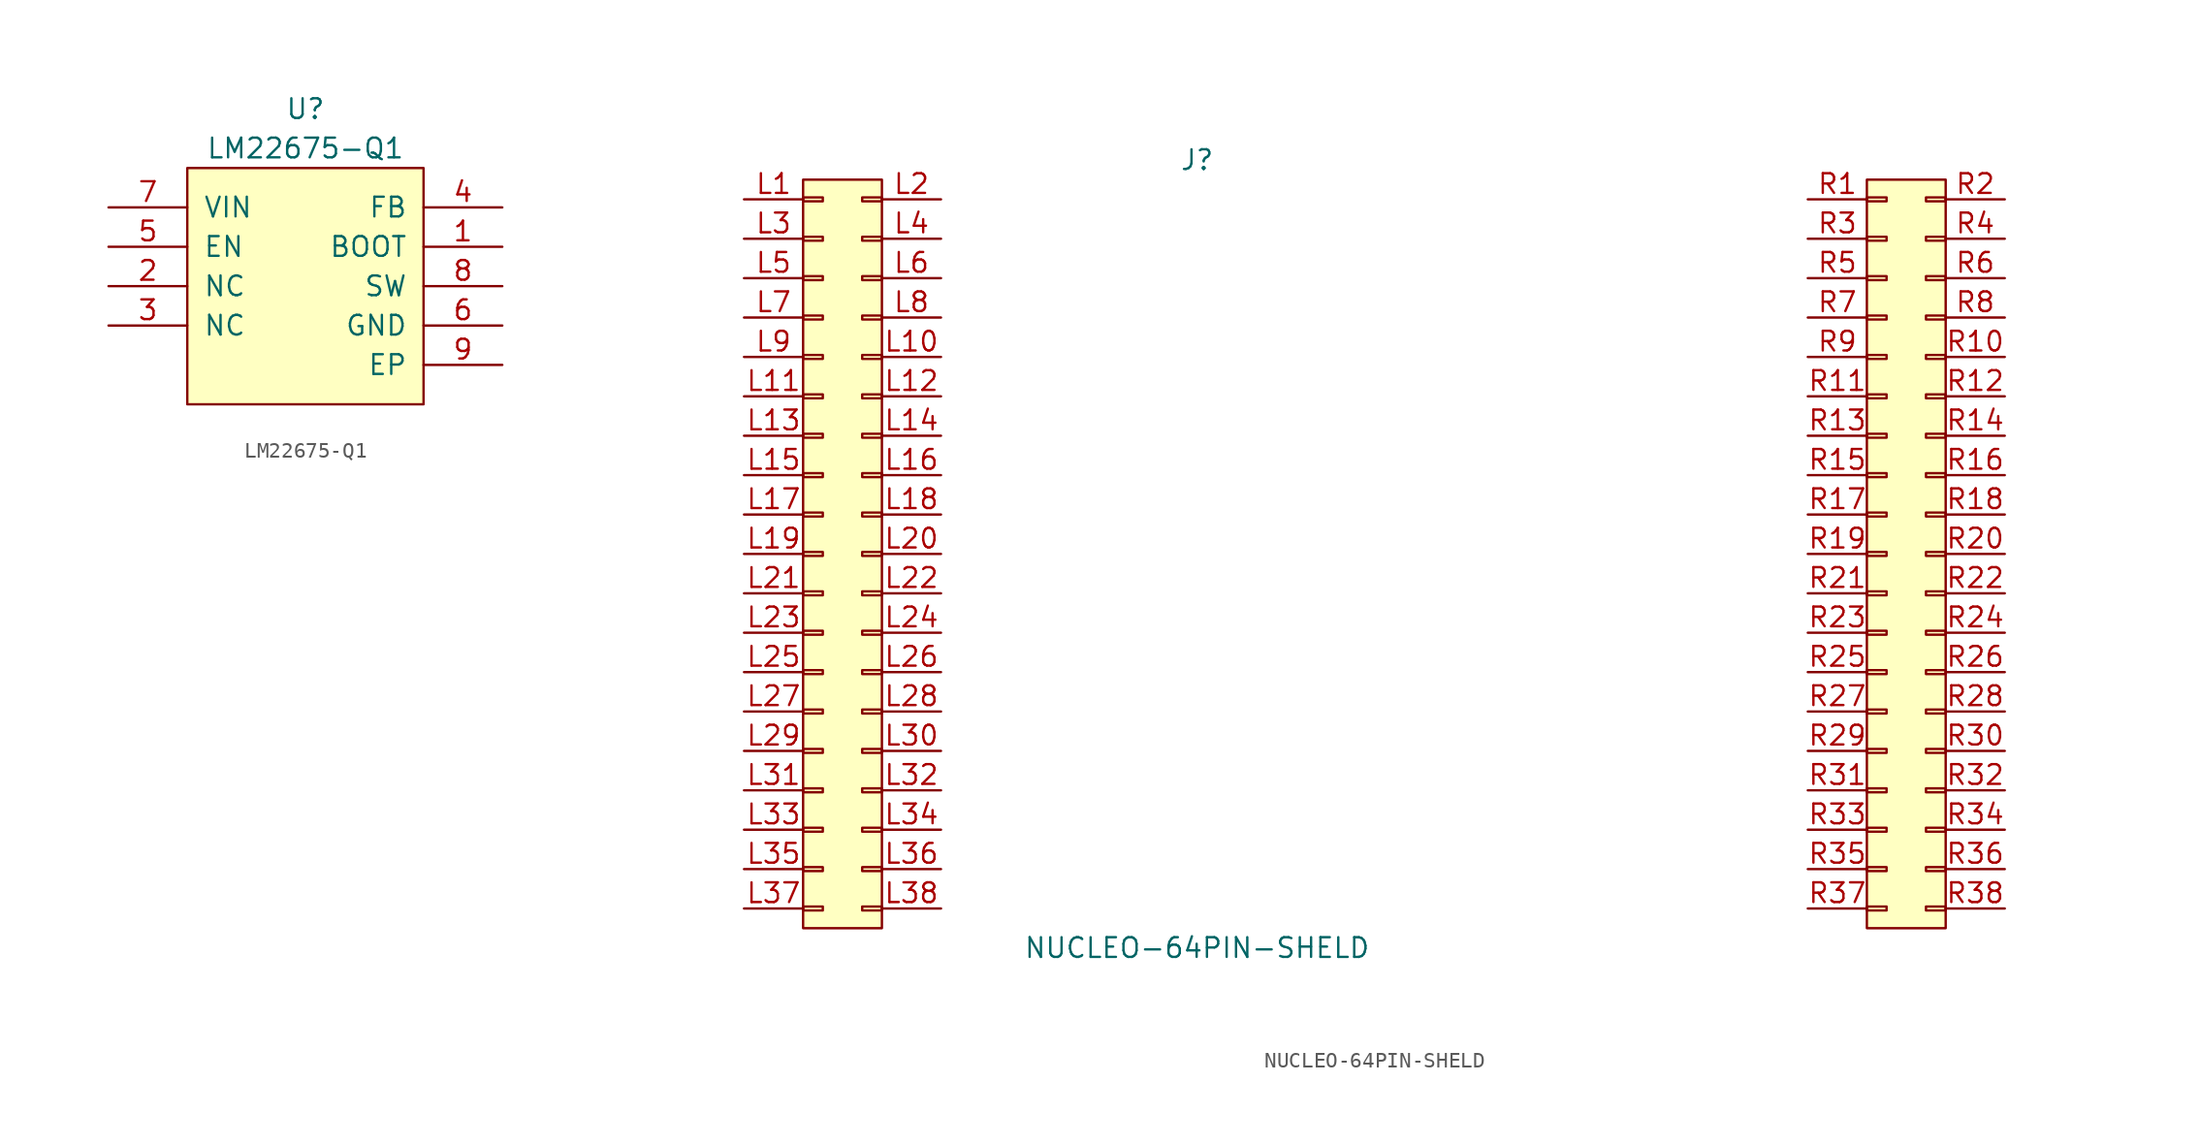
<source format=kicad_sym>
(kicad_symbol_lib
  (version 20220914)
  (generator kicad_symbol_editor)
  (symbol "LM22675-Q1"
    (pin_names
      (offset 1.016))
    (property "Reference" "U"
      (at 0 11.43 0)
      (effects (font (size 1.27 1.27))))
    (property "Value" "LM22675-Q1"
      (at 0 8.89 0)
      (effects (font (size 1.27 1.27))))
    (symbol "LM22675-Q1_0_1"
      (rectangle (start -7.62 -7.62) (end 7.62 7.62) (stroke (width 0) (type solid)) (fill (type background))))
    (symbol "LM22675-Q1_1_1"
      (pin input line (at 12.7 2.54 180) (length 5.08) (name "BOOT" (effects (font (size 1.27 1.27)))) (number "1" (effects (font (size 1.27 1.27)))))
      (pin input line (at -12.7 0 0) (length 5.08) (name "NC" (effects (font (size 1.27 1.27)))) (number "2" (effects (font (size 1.27 1.27)))))
      (pin input line (at -12.7 -2.54 0) (length 5.08) (name "NC" (effects (font (size 1.27 1.27)))) (number "3" (effects (font (size 1.27 1.27)))))
      (pin input line (at 12.7 5.08 180) (length 5.08) (name "FB" (effects (font (size 1.27 1.27)))) (number "4" (effects (font (size 1.27 1.27)))))
      (pin input line (at -12.7 2.54 0) (length 5.08) (name "EN" (effects (font (size 1.27 1.27)))) (number "5" (effects (font (size 1.27 1.27)))))
      (pin power_in line (at 12.7 -2.54 180) (length 5.08) (name "GND" (effects (font (size 1.27 1.27)))) (number "6" (effects (font (size 1.27 1.27)))))
      (pin power_in line (at -12.7 5.08 0) (length 5.08) (name "VIN" (effects (font (size 1.27 1.27)))) (number "7" (effects (font (size 1.27 1.27)))))
      (pin power_out line (at 12.7 0 180) (length 5.08) (name "SW" (effects (font (size 1.27 1.27)))) (number "8" (effects (font (size 1.27 1.27)))))
      (pin input line (at 12.7 -5.08 180) (length 5.08) (name "EP" (effects (font (size 1.27 1.27)))) (number "9" (effects (font (size 1.27 1.27)))))))
  (symbol "NUCLEO-64PIN-SHELD"
    (pin_names
      (offset 1.016) hide)
    (property "Reference" "J"
      (at 0 48.26 0)
      (effects (font (size 1.27 1.27))))
    (property "Value" "NUCLEO-64PIN-SHELD"
      (at 0 -2.54 0)
      (effects (font (size 1.27 1.27))))
    (symbol "NUCLEO-64PIN-SHELD_0_1"
      (rectangle (start -25.4 46.99) (end -20.32 -1.27) (stroke (width 0) (type solid)) (fill (type background)))
      (rectangle (start 43.18 46.99) (end 48.26 -1.27) (stroke (width 0) (type solid)) (fill (type background))))
    (symbol "NUCLEO-64PIN-SHELD_1_1"
      (rectangle (start -25.4 0.127) (end -24.13 -0.127) (stroke (width 0.152) (type solid)) (fill (type none)))
      (rectangle (start -25.4 2.667) (end -24.13 2.413) (stroke (width 0.152) (type solid)) (fill (type none)))
      (rectangle (start -25.4 5.207) (end -24.13 4.953) (stroke (width 0.152) (type solid)) (fill (type none)))
      (rectangle (start -25.4 7.747) (end -24.13 7.493) (stroke (width 0.152) (type solid)) (fill (type none)))
      (rectangle (start -25.4 10.287) (end -24.13 10.033) (stroke (width 0.152) (type solid)) (fill (type none)))
      (rectangle (start -25.4 12.827) (end -24.13 12.573) (stroke (width 0.152) (type solid)) (fill (type none)))
      (rectangle (start -25.4 15.367) (end -24.13 15.113) (stroke (width 0.152) (type solid)) (fill (type none)))
      (rectangle (start -25.4 17.907) (end -24.13 17.653) (stroke (width 0.152) (type solid)) (fill (type none)))
      (rectangle (start -25.4 20.447) (end -24.13 20.193) (stroke (width 0.152) (type solid)) (fill (type none)))
      (rectangle (start -25.4 22.987) (end -24.13 22.733) (stroke (width 0.152) (type solid)) (fill (type none)))
      (rectangle (start -25.4 25.527) (end -24.13 25.273) (stroke (width 0.152) (type solid)) (fill (type none)))
      (rectangle (start -25.4 28.067) (end -24.13 27.813) (stroke (width 0.152) (type solid)) (fill (type none)))
      (rectangle (start -25.4 30.607) (end -24.13 30.353) (stroke (width 0.152) (type solid)) (fill (type none)))
      (rectangle (start -25.4 33.147) (end -24.13 32.893) (stroke (width 0.152) (type solid)) (fill (type none)))
      (rectangle (start -25.4 35.687) (end -24.13 35.433) (stroke (width 0.152) (type solid)) (fill (type none)))
      (rectangle (start -25.4 38.227) (end -24.13 37.973) (stroke (width 0.152) (type solid)) (fill (type none)))
      (rectangle (start -25.4 40.767) (end -24.13 40.513) (stroke (width 0.152) (type solid)) (fill (type none)))
      (rectangle (start -25.4 43.307) (end -24.13 43.053) (stroke (width 0.152) (type solid)) (fill (type none)))
      (rectangle (start -25.4 45.847) (end -24.13 45.593) (stroke (width 0.152) (type solid)) (fill (type none)))
      (rectangle (start -20.32 0.127) (end -21.59 -0.127) (stroke (width 0.152) (type solid)) (fill (type none)))
      (rectangle (start -20.32 2.667) (end -21.59 2.413) (stroke (width 0.152) (type solid)) (fill (type none)))
      (rectangle (start -20.32 5.207) (end -21.59 4.953) (stroke (width 0.152) (type solid)) (fill (type none)))
      (rectangle (start -20.32 7.747) (end -21.59 7.493) (stroke (width 0.152) (type solid)) (fill (type none)))
      (rectangle (start -20.32 10.287) (end -21.59 10.033) (stroke (width 0.152) (type solid)) (fill (type none)))
      (rectangle (start -20.32 12.827) (end -21.59 12.573) (stroke (width 0.152) (type solid)) (fill (type none)))
      (rectangle (start -20.32 15.367) (end -21.59 15.113) (stroke (width 0.152) (type solid)) (fill (type none)))
      (rectangle (start -20.32 17.907) (end -21.59 17.653) (stroke (width 0.152) (type solid)) (fill (type none)))
      (rectangle (start -20.32 20.447) (end -21.59 20.193) (stroke (width 0.152) (type solid)) (fill (type none)))
      (rectangle (start -20.32 22.987) (end -21.59 22.733) (stroke (width 0.152) (type solid)) (fill (type none)))
      (rectangle (start -20.32 25.527) (end -21.59 25.273) (stroke (width 0.152) (type solid)) (fill (type none)))
      (rectangle (start -20.32 28.067) (end -21.59 27.813) (stroke (width 0.152) (type solid)) (fill (type none)))
      (rectangle (start -20.32 30.607) (end -21.59 30.353) (stroke (width 0.152) (type solid)) (fill (type none)))
      (rectangle (start -20.32 33.147) (end -21.59 32.893) (stroke (width 0.152) (type solid)) (fill (type none)))
      (rectangle (start -20.32 35.687) (end -21.59 35.433) (stroke (width 0.152) (type solid)) (fill (type none)))
      (rectangle (start -20.32 38.227) (end -21.59 37.973) (stroke (width 0.152) (type solid)) (fill (type none)))
      (rectangle (start -20.32 40.767) (end -21.59 40.513) (stroke (width 0.152) (type solid)) (fill (type none)))
      (rectangle (start -20.32 43.307) (end -21.59 43.053) (stroke (width 0.152) (type solid)) (fill (type none)))
      (rectangle (start -20.32 45.847) (end -21.59 45.593) (stroke (width 0.152) (type solid)) (fill (type none)))
      (rectangle (start 43.18 0.127) (end 44.45 -0.127) (stroke (width 0.152) (type solid)) (fill (type none)))
      (rectangle (start 43.18 2.667) (end 44.45 2.413) (stroke (width 0.152) (type solid)) (fill (type none)))
      (rectangle (start 43.18 5.207) (end 44.45 4.953) (stroke (width 0.152) (type solid)) (fill (type none)))
      (rectangle (start 43.18 7.747) (end 44.45 7.493) (stroke (width 0.152) (type solid)) (fill (type none)))
      (rectangle (start 43.18 10.287) (end 44.45 10.033) (stroke (width 0.152) (type solid)) (fill (type none)))
      (rectangle (start 43.18 12.827) (end 44.45 12.573) (stroke (width 0.152) (type solid)) (fill (type none)))
      (rectangle (start 43.18 15.367) (end 44.45 15.113) (stroke (width 0.152) (type solid)) (fill (type none)))
      (rectangle (start 43.18 17.907) (end 44.45 17.653) (stroke (width 0.152) (type solid)) (fill (type none)))
      (rectangle (start 43.18 20.447) (end 44.45 20.193) (stroke (width 0.152) (type solid)) (fill (type none)))
      (rectangle (start 43.18 22.987) (end 44.45 22.733) (stroke (width 0.152) (type solid)) (fill (type none)))
      (rectangle (start 43.18 25.527) (end 44.45 25.273) (stroke (width 0.152) (type solid)) (fill (type none)))
      (rectangle (start 43.18 28.067) (end 44.45 27.813) (stroke (width 0.152) (type solid)) (fill (type none)))
      (rectangle (start 43.18 30.607) (end 44.45 30.353) (stroke (width 0.152) (type solid)) (fill (type none)))
      (rectangle (start 43.18 33.147) (end 44.45 32.893) (stroke (width 0.152) (type solid)) (fill (type none)))
      (rectangle (start 43.18 35.687) (end 44.45 35.433) (stroke (width 0.152) (type solid)) (fill (type none)))
      (rectangle (start 43.18 38.227) (end 44.45 37.973) (stroke (width 0.152) (type solid)) (fill (type none)))
      (rectangle (start 43.18 40.767) (end 44.45 40.513) (stroke (width 0.152) (type solid)) (fill (type none)))
      (rectangle (start 43.18 43.307) (end 44.45 43.053) (stroke (width 0.152) (type solid)) (fill (type none)))
      (rectangle (start 43.18 45.847) (end 44.45 45.593) (stroke (width 0.152) (type solid)) (fill (type none)))
      (rectangle (start 48.26 0.127) (end 46.99 -0.127) (stroke (width 0.152) (type solid)) (fill (type none)))
      (rectangle (start 48.26 2.667) (end 46.99 2.413) (stroke (width 0.152) (type solid)) (fill (type none)))
      (rectangle (start 48.26 5.207) (end 46.99 4.953) (stroke (width 0.152) (type solid)) (fill (type none)))
      (rectangle (start 48.26 7.747) (end 46.99 7.493) (stroke (width 0.152) (type solid)) (fill (type none)))
      (rectangle (start 48.26 10.287) (end 46.99 10.033) (stroke (width 0.152) (type solid)) (fill (type none)))
      (rectangle (start 48.26 12.827) (end 46.99 12.573) (stroke (width 0.152) (type solid)) (fill (type none)))
      (rectangle (start 48.26 15.367) (end 46.99 15.113) (stroke (width 0.152) (type solid)) (fill (type none)))
      (rectangle (start 48.26 17.907) (end 46.99 17.653) (stroke (width 0.152) (type solid)) (fill (type none)))
      (rectangle (start 48.26 20.447) (end 46.99 20.193) (stroke (width 0.152) (type solid)) (fill (type none)))
      (rectangle (start 48.26 22.987) (end 46.99 22.733) (stroke (width 0.152) (type solid)) (fill (type none)))
      (rectangle (start 48.26 25.527) (end 46.99 25.273) (stroke (width 0.152) (type solid)) (fill (type none)))
      (rectangle (start 48.26 28.067) (end 46.99 27.813) (stroke (width 0.152) (type solid)) (fill (type none)))
      (rectangle (start 48.26 30.607) (end 46.99 30.353) (stroke (width 0.152) (type solid)) (fill (type none)))
      (rectangle (start 48.26 33.147) (end 46.99 32.893) (stroke (width 0.152) (type solid)) (fill (type none)))
      (rectangle (start 48.26 35.687) (end 46.99 35.433) (stroke (width 0.152) (type solid)) (fill (type none)))
      (rectangle (start 48.26 38.227) (end 46.99 37.973) (stroke (width 0.152) (type solid)) (fill (type none)))
      (rectangle (start 48.26 40.767) (end 46.99 40.513) (stroke (width 0.152) (type solid)) (fill (type none)))
      (rectangle (start 48.26 43.307) (end 46.99 43.053) (stroke (width 0.152) (type solid)) (fill (type none)))
      (rectangle (start 48.26 45.847) (end 46.99 45.593) (stroke (width 0.152) (type solid)) (fill (type none)))
      (pin passive line (at -29.21 45.72 0) (length 3.81) (name "Pin_1" (effects (font (size 1.27 1.27)))) (number "L1" (effects (font (size 1.27 1.27)))))
      (pin passive line (at -16.51 35.56 180) (length 3.81) (name "Pin_10" (effects (font (size 1.27 1.27)))) (number "L10" (effects (font (size 1.27 1.27)))))
      (pin passive line (at -29.21 33.02 0) (length 3.81) (name "Pin_11" (effects (font (size 1.27 1.27)))) (number "L11" (effects (font (size 1.27 1.27)))))
      (pin passive line (at -16.51 33.02 180) (length 3.81) (name "Pin_12" (effects (font (size 1.27 1.27)))) (number "L12" (effects (font (size 1.27 1.27)))))
      (pin passive line (at -29.21 30.48 0) (length 3.81) (name "Pin_13" (effects (font (size 1.27 1.27)))) (number "L13" (effects (font (size 1.27 1.27)))))
      (pin passive line (at -16.51 30.48 180) (length 3.81) (name "Pin_14" (effects (font (size 1.27 1.27)))) (number "L14" (effects (font (size 1.27 1.27)))))
      (pin passive line (at -29.21 27.94 0) (length 3.81) (name "Pin_15" (effects (font (size 1.27 1.27)))) (number "L15" (effects (font (size 1.27 1.27)))))
      (pin passive line (at -16.51 27.94 180) (length 3.81) (name "Pin_16" (effects (font (size 1.27 1.27)))) (number "L16" (effects (font (size 1.27 1.27)))))
      (pin passive line (at -29.21 25.4 0) (length 3.81) (name "Pin_17" (effects (font (size 1.27 1.27)))) (number "L17" (effects (font (size 1.27 1.27)))))
      (pin passive line (at -16.51 25.4 180) (length 3.81) (name "Pin_18" (effects (font (size 1.27 1.27)))) (number "L18" (effects (font (size 1.27 1.27)))))
      (pin passive line (at -29.21 22.86 0) (length 3.81) (name "Pin_19" (effects (font (size 1.27 1.27)))) (number "L19" (effects (font (size 1.27 1.27)))))
      (pin passive line (at -16.51 45.72 180) (length 3.81) (name "Pin_2" (effects (font (size 1.27 1.27)))) (number "L2" (effects (font (size 1.27 1.27)))))
      (pin passive line (at -16.51 22.86 180) (length 3.81) (name "Pin_20" (effects (font (size 1.27 1.27)))) (number "L20" (effects (font (size 1.27 1.27)))))
      (pin passive line (at -29.21 20.32 0) (length 3.81) (name "Pin_21" (effects (font (size 1.27 1.27)))) (number "L21" (effects (font (size 1.27 1.27)))))
      (pin passive line (at -16.51 20.32 180) (length 3.81) (name "Pin_22" (effects (font (size 1.27 1.27)))) (number "L22" (effects (font (size 1.27 1.27)))))
      (pin passive line (at -29.21 17.78 0) (length 3.81) (name "Pin_23" (effects (font (size 1.27 1.27)))) (number "L23" (effects (font (size 1.27 1.27)))))
      (pin passive line (at -16.51 17.78 180) (length 3.81) (name "Pin_24" (effects (font (size 1.27 1.27)))) (number "L24" (effects (font (size 1.27 1.27)))))
      (pin passive line (at -29.21 15.24 0) (length 3.81) (name "Pin_25" (effects (font (size 1.27 1.27)))) (number "L25" (effects (font (size 1.27 1.27)))))
      (pin passive line (at -16.51 15.24 180) (length 3.81) (name "Pin_26" (effects (font (size 1.27 1.27)))) (number "L26" (effects (font (size 1.27 1.27)))))
      (pin passive line (at -29.21 12.7 0) (length 3.81) (name "Pin_27" (effects (font (size 1.27 1.27)))) (number "L27" (effects (font (size 1.27 1.27)))))
      (pin passive line (at -16.51 12.7 180) (length 3.81) (name "Pin_28" (effects (font (size 1.27 1.27)))) (number "L28" (effects (font (size 1.27 1.27)))))
      (pin passive line (at -29.21 10.16 0) (length 3.81) (name "Pin_29" (effects (font (size 1.27 1.27)))) (number "L29" (effects (font (size 1.27 1.27)))))
      (pin passive line (at -29.21 43.18 0) (length 3.81) (name "Pin_3" (effects (font (size 1.27 1.27)))) (number "L3" (effects (font (size 1.27 1.27)))))
      (pin passive line (at -16.51 10.16 180) (length 3.81) (name "Pin_30" (effects (font (size 1.27 1.27)))) (number "L30" (effects (font (size 1.27 1.27)))))
      (pin passive line (at -29.21 7.62 0) (length 3.81) (name "Pin_31" (effects (font (size 1.27 1.27)))) (number "L31" (effects (font (size 1.27 1.27)))))
      (pin passive line (at -16.51 7.62 180) (length 3.81) (name "Pin_32" (effects (font (size 1.27 1.27)))) (number "L32" (effects (font (size 1.27 1.27)))))
      (pin passive line (at -29.21 5.08 0) (length 3.81) (name "Pin_33" (effects (font (size 1.27 1.27)))) (number "L33" (effects (font (size 1.27 1.27)))))
      (pin passive line (at -16.51 5.08 180) (length 3.81) (name "Pin_34" (effects (font (size 1.27 1.27)))) (number "L34" (effects (font (size 1.27 1.27)))))
      (pin passive line (at -29.21 2.54 0) (length 3.81) (name "Pin_35" (effects (font (size 1.27 1.27)))) (number "L35" (effects (font (size 1.27 1.27)))))
      (pin passive line (at -16.51 2.54 180) (length 3.81) (name "Pin_36" (effects (font (size 1.27 1.27)))) (number "L36" (effects (font (size 1.27 1.27)))))
      (pin passive line (at -29.21 0 0) (length 3.81) (name "Pin_35" (effects (font (size 1.27 1.27)))) (number "L37" (effects (font (size 1.27 1.27)))))
      (pin passive line (at -16.51 0 180) (length 3.81) (name "Pin_38" (effects (font (size 1.27 1.27)))) (number "L38" (effects (font (size 1.27 1.27)))))
      (pin passive line (at -16.51 43.18 180) (length 3.81) (name "Pin_4" (effects (font (size 1.27 1.27)))) (number "L4" (effects (font (size 1.27 1.27)))))
      (pin passive line (at -29.21 40.64 0) (length 3.81) (name "Pin_5" (effects (font (size 1.27 1.27)))) (number "L5" (effects (font (size 1.27 1.27)))))
      (pin passive line (at -16.51 40.64 180) (length 3.81) (name "Pin_6" (effects (font (size 1.27 1.27)))) (number "L6" (effects (font (size 1.27 1.27)))))
      (pin passive line (at -29.21 38.1 0) (length 3.81) (name "Pin_7" (effects (font (size 1.27 1.27)))) (number "L7" (effects (font (size 1.27 1.27)))))
      (pin passive line (at -16.51 38.1 180) (length 3.81) (name "Pin_8" (effects (font (size 1.27 1.27)))) (number "L8" (effects (font (size 1.27 1.27)))))
      (pin passive line (at -29.21 35.56 0) (length 3.81) (name "Pin_9" (effects (font (size 1.27 1.27)))) (number "L9" (effects (font (size 1.27 1.27)))))
      (pin passive line (at 39.37 45.72 0) (length 3.81) (name "Pin_1" (effects (font (size 1.27 1.27)))) (number "R1" (effects (font (size 1.27 1.27)))))
      (pin passive line (at 52.07 35.56 180) (length 3.81) (name "Pin_10" (effects (font (size 1.27 1.27)))) (number "R10" (effects (font (size 1.27 1.27)))))
      (pin passive line (at 39.37 33.02 0) (length 3.81) (name "Pin_11" (effects (font (size 1.27 1.27)))) (number "R11" (effects (font (size 1.27 1.27)))))
      (pin passive line (at 52.07 33.02 180) (length 3.81) (name "Pin_12" (effects (font (size 1.27 1.27)))) (number "R12" (effects (font (size 1.27 1.27)))))
      (pin passive line (at 39.37 30.48 0) (length 3.81) (name "Pin_13" (effects (font (size 1.27 1.27)))) (number "R13" (effects (font (size 1.27 1.27)))))
      (pin passive line (at 52.07 30.48 180) (length 3.81) (name "Pin_14" (effects (font (size 1.27 1.27)))) (number "R14" (effects (font (size 1.27 1.27)))))
      (pin passive line (at 39.37 27.94 0) (length 3.81) (name "Pin_15" (effects (font (size 1.27 1.27)))) (number "R15" (effects (font (size 1.27 1.27)))))
      (pin passive line (at 52.07 27.94 180) (length 3.81) (name "Pin_16" (effects (font (size 1.27 1.27)))) (number "R16" (effects (font (size 1.27 1.27)))))
      (pin passive line (at 39.37 25.4 0) (length 3.81) (name "Pin_17" (effects (font (size 1.27 1.27)))) (number "R17" (effects (font (size 1.27 1.27)))))
      (pin passive line (at 52.07 25.4 180) (length 3.81) (name "Pin_18" (effects (font (size 1.27 1.27)))) (number "R18" (effects (font (size 1.27 1.27)))))
      (pin passive line (at 39.37 22.86 0) (length 3.81) (name "Pin_19" (effects (font (size 1.27 1.27)))) (number "R19" (effects (font (size 1.27 1.27)))))
      (pin passive line (at 52.07 45.72 180) (length 3.81) (name "Pin_2" (effects (font (size 1.27 1.27)))) (number "R2" (effects (font (size 1.27 1.27)))))
      (pin passive line (at 52.07 22.86 180) (length 3.81) (name "Pin_20" (effects (font (size 1.27 1.27)))) (number "R20" (effects (font (size 1.27 1.27)))))
      (pin passive line (at 39.37 20.32 0) (length 3.81) (name "Pin_21" (effects (font (size 1.27 1.27)))) (number "R21" (effects (font (size 1.27 1.27)))))
      (pin passive line (at 52.07 20.32 180) (length 3.81) (name "Pin_22" (effects (font (size 1.27 1.27)))) (number "R22" (effects (font (size 1.27 1.27)))))
      (pin passive line (at 39.37 17.78 0) (length 3.81) (name "Pin_23" (effects (font (size 1.27 1.27)))) (number "R23" (effects (font (size 1.27 1.27)))))
      (pin passive line (at 52.07 17.78 180) (length 3.81) (name "Pin_24" (effects (font (size 1.27 1.27)))) (number "R24" (effects (font (size 1.27 1.27)))))
      (pin passive line (at 39.37 15.24 0) (length 3.81) (name "Pin_25" (effects (font (size 1.27 1.27)))) (number "R25" (effects (font (size 1.27 1.27)))))
      (pin passive line (at 52.07 15.24 180) (length 3.81) (name "Pin_26" (effects (font (size 1.27 1.27)))) (number "R26" (effects (font (size 1.27 1.27)))))
      (pin passive line (at 39.37 12.7 0) (length 3.81) (name "Pin_27" (effects (font (size 1.27 1.27)))) (number "R27" (effects (font (size 1.27 1.27)))))
      (pin passive line (at 52.07 12.7 180) (length 3.81) (name "Pin_28" (effects (font (size 1.27 1.27)))) (number "R28" (effects (font (size 1.27 1.27)))))
      (pin passive line (at 39.37 10.16 0) (length 3.81) (name "Pin_29" (effects (font (size 1.27 1.27)))) (number "R29" (effects (font (size 1.27 1.27)))))
      (pin passive line (at 39.37 43.18 0) (length 3.81) (name "Pin_3" (effects (font (size 1.27 1.27)))) (number "R3" (effects (font (size 1.27 1.27)))))
      (pin passive line (at 52.07 10.16 180) (length 3.81) (name "Pin_30" (effects (font (size 1.27 1.27)))) (number "R30" (effects (font (size 1.27 1.27)))))
      (pin passive line (at 39.37 7.62 0) (length 3.81) (name "Pin_31" (effects (font (size 1.27 1.27)))) (number "R31" (effects (font (size 1.27 1.27)))))
      (pin passive line (at 52.07 7.62 180) (length 3.81) (name "Pin_32" (effects (font (size 1.27 1.27)))) (number "R32" (effects (font (size 1.27 1.27)))))
      (pin passive line (at 39.37 5.08 0) (length 3.81) (name "Pin_33" (effects (font (size 1.27 1.27)))) (number "R33" (effects (font (size 1.27 1.27)))))
      (pin passive line (at 52.07 5.08 180) (length 3.81) (name "Pin_34" (effects (font (size 1.27 1.27)))) (number "R34" (effects (font (size 1.27 1.27)))))
      (pin passive line (at 39.37 2.54 0) (length 3.81) (name "Pin_35" (effects (font (size 1.27 1.27)))) (number "R35" (effects (font (size 1.27 1.27)))))
      (pin passive line (at 52.07 2.54 180) (length 3.81) (name "Pin_36" (effects (font (size 1.27 1.27)))) (number "R36" (effects (font (size 1.27 1.27)))))
      (pin passive line (at 39.37 0 0) (length 3.81) (name "Pin_37" (effects (font (size 1.27 1.27)))) (number "R37" (effects (font (size 1.27 1.27)))))
      (pin passive line (at 52.07 0 180) (length 3.81) (name "Pin_38" (effects (font (size 1.27 1.27)))) (number "R38" (effects (font (size 1.27 1.27)))))
      (pin passive line (at 52.07 43.18 180) (length 3.81) (name "Pin_4" (effects (font (size 1.27 1.27)))) (number "R4" (effects (font (size 1.27 1.27)))))
      (pin passive line (at 39.37 40.64 0) (length 3.81) (name "Pin_5" (effects (font (size 1.27 1.27)))) (number "R5" (effects (font (size 1.27 1.27)))))
      (pin passive line (at 52.07 40.64 180) (length 3.81) (name "Pin_6" (effects (font (size 1.27 1.27)))) (number "R6" (effects (font (size 1.27 1.27)))))
      (pin passive line (at 39.37 38.1 0) (length 3.81) (name "Pin_7" (effects (font (size 1.27 1.27)))) (number "R7" (effects (font (size 1.27 1.27)))))
      (pin passive line (at 52.07 38.1 180) (length 3.81) (name "Pin_8" (effects (font (size 1.27 1.27)))) (number "R8" (effects (font (size 1.27 1.27)))))
      (pin passive line (at 39.37 35.56 0) (length 3.81) (name "Pin_9" (effects (font (size 1.27 1.27)))) (number "R9" (effects (font (size 1.27 1.27))))))))
</source>
